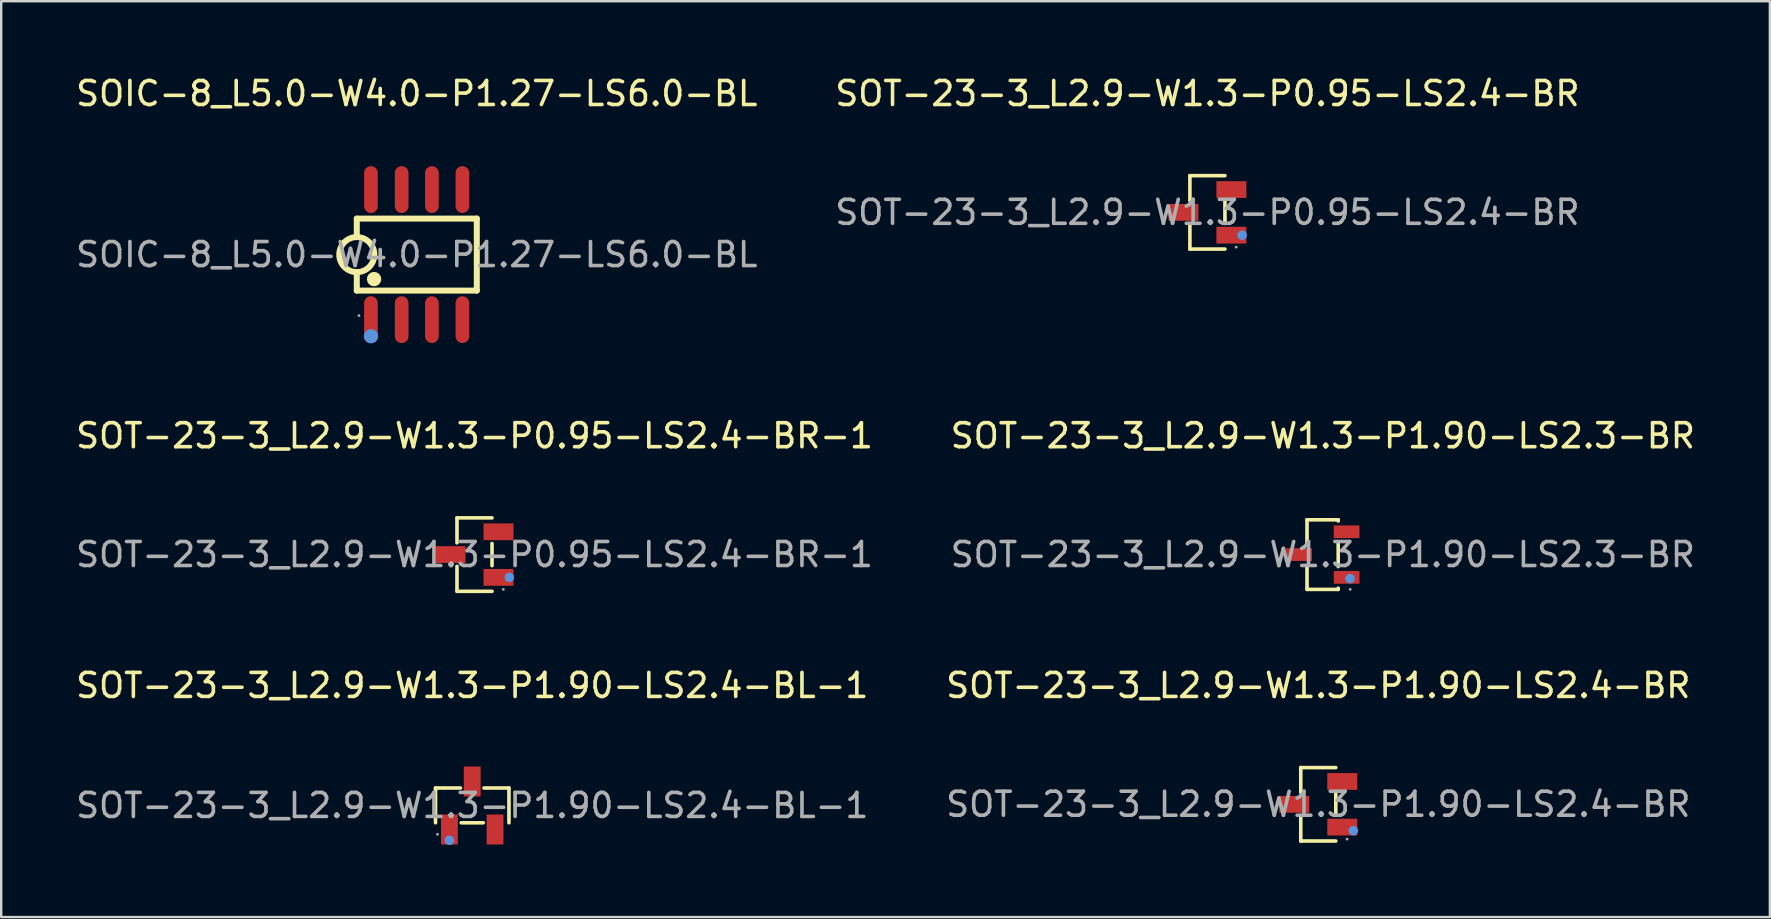
<source format=kicad_pcb>
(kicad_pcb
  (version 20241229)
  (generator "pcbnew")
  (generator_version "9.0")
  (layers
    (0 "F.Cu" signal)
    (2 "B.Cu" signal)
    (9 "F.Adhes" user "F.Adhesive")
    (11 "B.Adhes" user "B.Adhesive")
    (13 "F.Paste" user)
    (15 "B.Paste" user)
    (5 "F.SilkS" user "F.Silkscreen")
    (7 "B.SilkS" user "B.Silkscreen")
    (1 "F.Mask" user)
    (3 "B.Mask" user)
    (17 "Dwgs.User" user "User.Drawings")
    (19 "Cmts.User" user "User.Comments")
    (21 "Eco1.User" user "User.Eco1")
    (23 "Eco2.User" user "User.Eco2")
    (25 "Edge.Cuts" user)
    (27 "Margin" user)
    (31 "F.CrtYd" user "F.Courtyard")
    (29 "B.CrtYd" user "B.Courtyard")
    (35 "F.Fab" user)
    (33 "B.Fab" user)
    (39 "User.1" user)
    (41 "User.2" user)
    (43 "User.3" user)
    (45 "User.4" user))
  (footprint "SOIC-8_L5.0-W4.0-P1.27-LS6.0-BL"
    (layer "F.Cu")
    (at 14.315 7.558)
    (property "Reference" "SOIC-8_L5.0-W4.0-P1.27-LS6.0-BL" (at 0 -6.71 0) (layer "F.SilkS") (effects (font (size 1 1) (thickness 0.15))))
    (attr smd)
    (fp_line (start -2.5 -1.5) (end -2.5 -0.73) (stroke (width 0.25) (type solid)) (layer "F.SilkS"))
    (fp_line (start -2.5 -1.5) (end 2.5 -1.5) (stroke (width 0.25) (type solid)) (layer "F.SilkS"))
    (fp_line (start -2.5 1.5) (end -2.5 0.73) (stroke (width 0.25) (type solid)) (layer "F.SilkS"))
    (fp_line (start -2.5 1.5) (end 2.5 1.5) (stroke (width 0.25) (type solid)) (layer "F.SilkS"))
    (fp_line (start 2.5 -1.5) (end 2.5 1.5) (stroke (width 0.25) (type solid)) (layer "F.SilkS"))
    (fp_arc (start -2.48726 -0.729889) (mid -2.50637 0.729972) (end -2.5 -0.73) (stroke (width 0.25) (type solid)) (layer "F.SilkS"))
    (fp_circle (center -1.78 1.02) (end -1.63 1.02) (stroke (width 0.3) (type solid)) (fill no) (layer "F.SilkS"))
    (fp_circle (center -1.91 3.4) (end -1.76 3.4) (stroke (width 0.3) (type solid)) (fill no) (layer "Cmts.User"))
    (fp_circle (center -2.41 2.54) (end -2.38 2.54) (stroke (width 0.06) (type solid)) (fill no) (layer "F.Fab"))
    (fp_text user "${REFERENCE}" (at 0 0 0) (layer "F.Fab") (effects (font (size 1 1) (thickness 0.15))))
    (pad "1" smd oval (at -1.91 2.71) (size 0.57 1.95) (layers "F.Cu" "F.Mask" "F.Paste"))
    (pad "2" smd oval (at -0.63 2.71) (size 0.57 1.95) (layers "F.Cu" "F.Mask" "F.Paste"))
    (pad "3" smd oval (at 0.63 2.71) (size 0.57 1.95) (layers "F.Cu" "F.Mask" "F.Paste"))
    (pad "4" smd oval (at 1.9 2.71) (size 0.57 1.95) (layers "F.Cu" "F.Mask" "F.Paste"))
    (pad "5" smd oval (at 1.9 -2.71) (size 0.57 1.95) (layers "F.Cu" "F.Mask" "F.Paste"))
    (pad "6" smd oval (at 0.63 -2.71) (size 0.57 1.95) (layers "F.Cu" "F.Mask" "F.Paste"))
    (pad "7" smd oval (at -0.63 -2.71) (size 0.57 1.95) (layers "F.Cu" "F.Mask" "F.Paste"))
    (pad "8" smd oval (at -1.91 -2.71) (size 0.57 1.95) (layers "F.Cu" "F.Mask" "F.Paste")))
  (footprint "SOT-23-3_L2.9-W1.3-P0.95-LS2.4-BR"
    (layer "F.Cu")
    (at 47.256 5.798)
    (property "Reference" "SOT-23-3_L2.9-W1.3-P0.95-LS2.4-BR" (at 0 -4.95 0) (layer "F.SilkS") (effects (font (size 1 1) (thickness 0.15))))
    (attr through_hole)
    (fp_line (start -0.73 -1.53) (end -0.73 -0.49) (stroke (width 0.15) (type solid)) (layer "F.SilkS"))
    (fp_line (start -0.73 1.53) (end -0.73 0.49) (stroke (width 0.15) (type solid)) (layer "F.SilkS"))
    (fp_line (start 0.73 -1.53) (end -0.73 -1.53) (stroke (width 0.15) (type solid)) (layer "F.SilkS"))
    (fp_line (start 0.73 -0.46) (end 0.73 0.46) (stroke (width 0.15) (type solid)) (layer "F.SilkS"))
    (fp_line (start 0.73 1.53) (end -0.73 1.53) (stroke (width 0.15) (type solid)) (layer "F.SilkS"))
    (fp_circle (center 1.45 0.95) (end 1.55 0.95) (stroke (width 0.2) (type solid)) (fill no) (layer "Cmts.User"))
    (fp_circle (center 1.2 1.45) (end 1.23 1.45) (stroke (width 0.06) (type solid)) (fill no) (layer "F.Fab"))
    (fp_text user "${REFERENCE}" (at 0 0 0) (layer "F.Fab") (effects (font (size 1 1) (thickness 0.15))))
    (pad "1" smd rect (at 1 0.95) (size 1.25 0.7) (layers "F.Cu" "F.Mask" "F.Paste"))
    (pad "2" smd rect (at 1 -0.95) (size 1.25 0.7) (layers "F.Cu" "F.Mask" "F.Paste"))
    (pad "3" smd rect (at -1 0) (size 1.25 0.7) (layers "F.Cu" "F.Mask" "F.Paste")))
  (footprint "SOT-23-3_L2.9-W1.3-P1.90-LS2.4-BR"
    (layer "F.Cu")
    (at 51.875 30.46)
    (property "Reference" "SOT-23-3_L2.9-W1.3-P1.90-LS2.4-BR" (at 0 -4.95 0) (layer "F.SilkS") (effects (font (size 1 1) (thickness 0.15))))
    (attr through_hole)
    (fp_line (start -0.73 -1.53) (end -0.73 -0.49) (stroke (width 0.15) (type solid)) (layer "F.SilkS"))
    (fp_line (start -0.73 1.53) (end -0.73 0.49) (stroke (width 0.15) (type solid)) (layer "F.SilkS"))
    (fp_line (start 0.73 -1.53) (end -0.73 -1.53) (stroke (width 0.15) (type solid)) (layer "F.SilkS"))
    (fp_line (start 0.73 -0.46) (end 0.73 0.46) (stroke (width 0.15) (type solid)) (layer "F.SilkS"))
    (fp_line (start 0.73 1.53) (end -0.73 1.53) (stroke (width 0.15) (type solid)) (layer "F.SilkS"))
    (fp_circle (center 1.46 1.1) (end 1.56 1.1) (stroke (width 0.2) (type solid)) (fill no) (layer "Cmts.User"))
    (fp_circle (center 1.2 1.45) (end 1.23 1.45) (stroke (width 0.06) (type solid)) (fill no) (layer "F.Fab"))
    (fp_text user "${REFERENCE}" (at 0 0 0) (layer "F.Fab") (effects (font (size 1 1) (thickness 0.15))))
    (pad "1" smd rect (at 1 0.95) (size 1.25 0.7) (layers "F.Cu" "F.Mask" "F.Paste"))
    (pad "2" smd rect (at 1 -0.95) (size 1.25 0.7) (layers "F.Cu" "F.Mask" "F.Paste"))
    (pad "3" smd rect (at -1 0) (size 1.25 0.7) (layers "F.Cu" "F.Mask" "F.Paste")))
  (footprint "SOT-23-3_L2.9-W1.3-P0.95-LS2.4-BR-1"
    (layer "F.Cu")
    (at 16.72 20.056)
    (property "Reference" "SOT-23-3_L2.9-W1.3-P0.95-LS2.4-BR-1" (at 0 -4.95 0) (layer "F.SilkS") (effects (font (size 1 1) (thickness 0.15))))
    (attr smd)
    (fp_line (start -0.73 -1.53) (end -0.73 -0.49) (stroke (width 0.15) (type solid)) (layer "F.SilkS"))
    (fp_line (start -0.73 1.53) (end -0.73 0.49) (stroke (width 0.15) (type solid)) (layer "F.SilkS"))
    (fp_line (start 0.73 -1.53) (end -0.73 -1.53) (stroke (width 0.15) (type solid)) (layer "F.SilkS"))
    (fp_line (start 0.73 -0.46) (end 0.73 0.46) (stroke (width 0.15) (type solid)) (layer "F.SilkS"))
    (fp_line (start 0.73 1.53) (end -0.73 1.53) (stroke (width 0.15) (type solid)) (layer "F.SilkS"))
    (fp_circle (center 1.45 0.95) (end 1.55 0.95) (stroke (width 0.2) (type solid)) (fill no) (layer "Cmts.User"))
    (fp_circle (center 1.2 1.45) (end 1.23 1.45) (stroke (width 0.06) (type solid)) (fill no) (layer "F.Fab"))
    (fp_text user "${REFERENCE}" (at 0 0 0) (layer "F.Fab") (effects (font (size 1 1) (thickness 0.15))))
    (pad "1" smd rect (at 1 0.95) (size 1.25 0.7) (layers "F.Cu" "F.Mask" "F.Paste"))
    (pad "2" smd rect (at 1 -0.95) (size 1.25 0.7) (layers "F.Cu" "F.Mask" "F.Paste"))
    (pad "3" smd rect (at -1 0) (size 1.25 0.7) (layers "F.Cu" "F.Mask" "F.Paste")))
  (footprint "SOT-23-3_L2.9-W1.3-P1.90-LS2.3-BR"
    (layer "F.Cu")
    (at 52.065 20.056)
    (property "Reference" "SOT-23-3_L2.9-W1.3-P1.90-LS2.3-BR" (at 0 -4.95 0) (layer "F.SilkS") (effects (font (size 1 1) (thickness 0.15))))
    (attr through_hole)
    (fp_line (start -0.66 -1.45) (end -0.66 -0.45) (stroke (width 0.15) (type solid)) (layer "F.SilkS"))
    (fp_line (start -0.66 0.45) (end -0.66 1.45) (stroke (width 0.15) (type solid)) (layer "F.SilkS"))
    (fp_line (start -0.66 1.45) (end 0.64 1.45) (stroke (width 0.15) (type solid)) (layer "F.SilkS"))
    (fp_line (start 0.64 -1.45) (end -0.66 -1.45) (stroke (width 0.15) (type solid)) (layer "F.SilkS"))
    (fp_line (start 0.64 -1.4) (end 0.64 -1.45) (stroke (width 0.15) (type solid)) (layer "F.SilkS"))
    (fp_line (start 0.64 0.5) (end 0.64 -0.5) (stroke (width 0.15) (type solid)) (layer "F.SilkS"))
    (fp_line (start 0.64 1.45) (end 0.64 1.4) (stroke (width 0.15) (type solid)) (layer "F.SilkS"))
    (fp_circle (center 1.13 1) (end 1.23 1) (stroke (width 0.2) (type solid)) (fill no) (layer "Cmts.User"))
    (fp_circle (center 1.14 1.45) (end 1.17 1.45) (stroke (width 0.06) (type solid)) (fill no) (layer "F.Fab"))
    (fp_text user "${REFERENCE}" (at 0 0 0) (layer "F.Fab") (effects (font (size 1 1) (thickness 0.15))))
    (pad "1" smd rect (at 0.99 0.95) (size 1.07 0.53) (layers "F.Cu" "F.Mask" "F.Paste"))
    (pad "2" smd rect (at 0.99 -0.95) (size 1.07 0.53) (layers "F.Cu" "F.Mask" "F.Paste"))
    (pad "3" smd rect (at -0.99 0) (size 1.07 0.53) (layers "F.Cu" "F.Mask" "F.Paste")))
  (footprint "SOT-23-3_L2.9-W1.3-P1.90-LS2.4-BL-1"
    (layer "F.Cu")
    (at 16.625 30.51)
    (property "Reference" "SOT-23-3_L2.9-W1.3-P1.90-LS2.4-BL-1" (at 0 -5 0) (layer "F.SilkS") (effects (font (size 1 1) (thickness 0.15))))
    (attr smd)
    (fp_line (start -1.53 -0.73) (end -0.49 -0.73) (stroke (width 0.15) (type solid)) (layer "F.SilkS"))
    (fp_line (start -1.53 0.72) (end -1.53 -0.73) (stroke (width 0.15) (type solid)) (layer "F.SilkS"))
    (fp_line (start 0.46 0.72) (end -0.46 0.72) (stroke (width 0.15) (type solid)) (layer "F.SilkS"))
    (fp_line (start 1.53 -0.73) (end 0.49 -0.73) (stroke (width 0.15) (type solid)) (layer "F.SilkS"))
    (fp_line (start 1.53 0.72) (end 1.53 -0.73) (stroke (width 0.15) (type solid)) (layer "F.SilkS"))
    (fp_circle (center -0.95 1.45) (end -0.85 1.45) (stroke (width 0.2) (type solid)) (fill no) (layer "Cmts.User"))
    (fp_circle (center -1.45 1.2) (end -1.42 1.2) (stroke (width 0.06) (type solid)) (fill no) (layer "F.Fab"))
    (fp_text user "${REFERENCE}" (at 0 0 0) (layer "F.Fab") (effects (font (size 1 1) (thickness 0.15))))
    (pad "1" smd rect (at -0.95 1 270) (size 1.25 0.7) (layers "F.Cu" "F.Mask" "F.Paste"))
    (pad "2" smd rect (at 0.95 1 270) (size 1.25 0.7) (layers "F.Cu" "F.Mask" "F.Paste"))
    (pad "3" smd rect (at 0 -1 270) (size 1.25 0.7) (layers "F.Cu" "F.Mask" "F.Paste")))
  (gr_rect
    (start -3 -3)
    (end 70.69 35.16)
    (stroke (width 0.1) (type default))
    (fill no)
    (layer "Edge.Cuts")))
</source>
